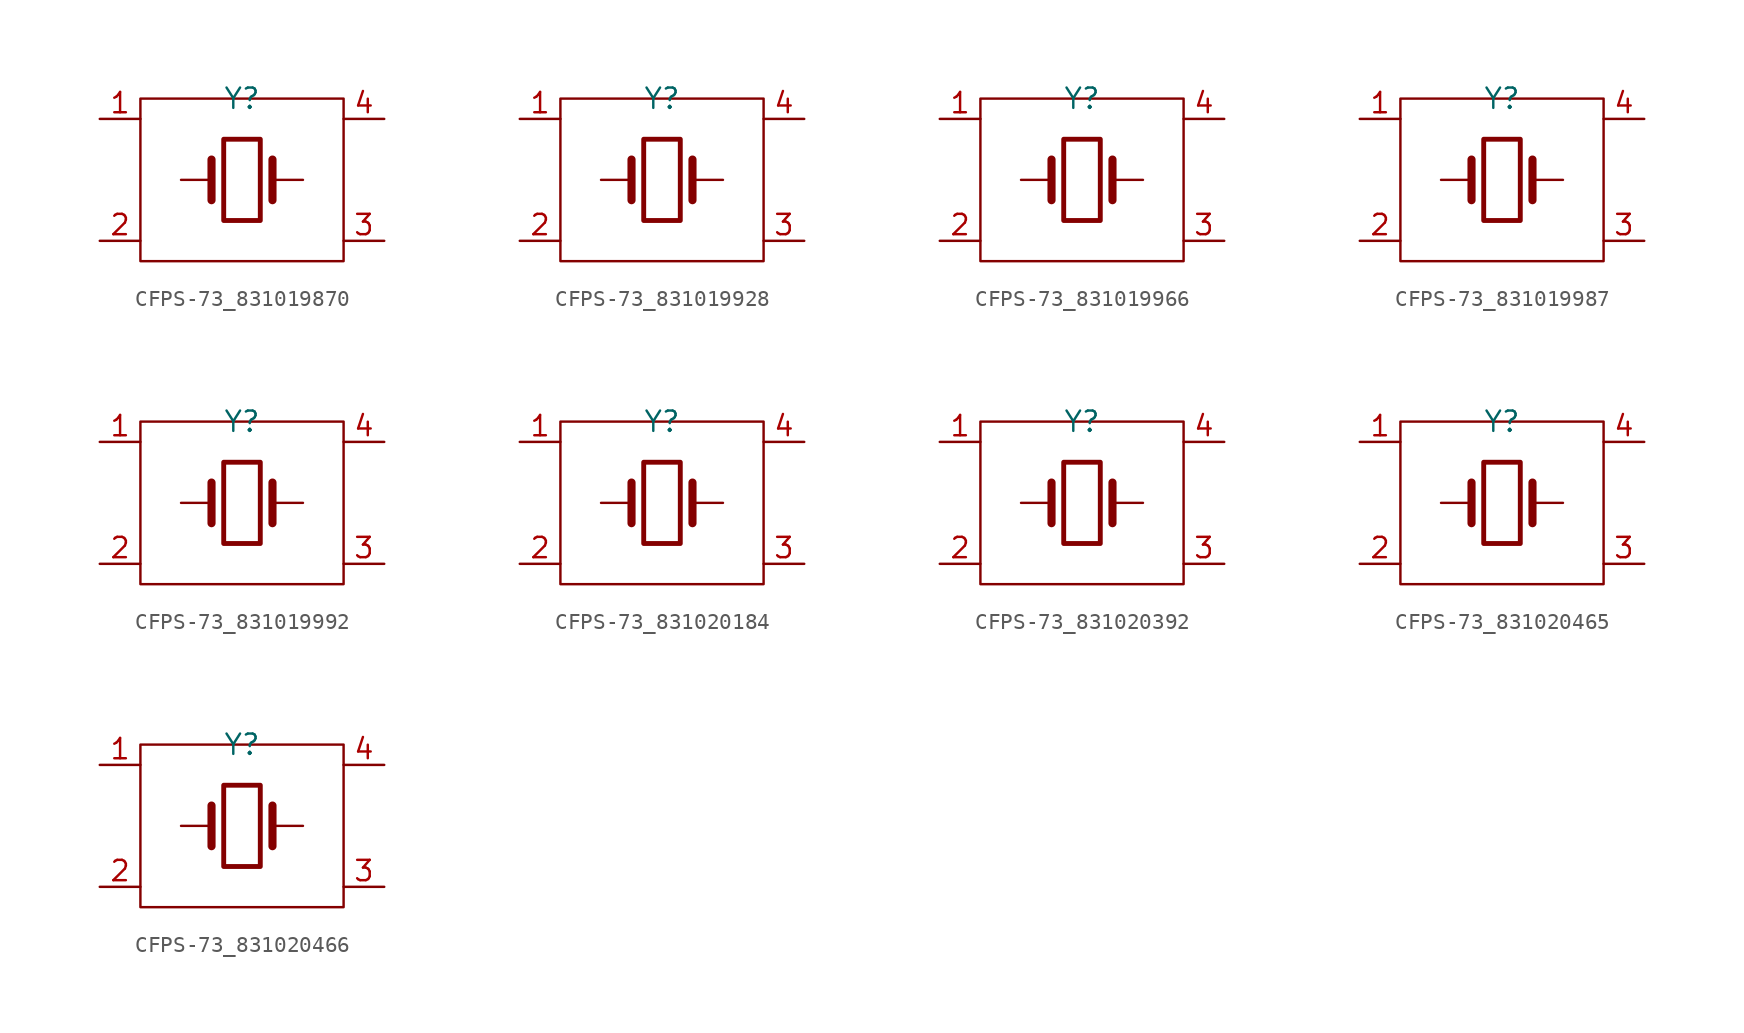
<source format=kicad_sym>
(kicad_symbol_lib
  (version 20220914)
  (generator kicad_symbol_editor)
  (symbol "CFPS-73_831019870"
    (pin_names hide)
    (property "Reference" "Y"
      (at 0 5.08 0)
      (effects (font (size 1.27 1.27))))
    (property "Critical Parameter" ""
      (at 0 -5.08 0)
      (effects (font (size 1.27 1.27)) (justify left)))
    (symbol "CFPS-73_831019870_0_1"
      (rectangle (start -6.35 5.08) (end 6.35 -5.08) (stroke (width 0) (type default)) (fill (type none)))
      (rectangle (start -1.143 2.54) (end 1.143 -2.54) (stroke (width 0.305) (type default)) (fill (type none)))
      (polyline (pts (xy -3.81 0) (xy -1.905 0)) (stroke (width 0) (type default)) (fill (type none)))
      (polyline (pts (xy -1.905 -1.27) (xy -1.905 1.27)) (stroke (width 0.508) (type default)) (fill (type none)))
      (polyline (pts (xy 1.905 -1.27) (xy 1.905 1.27)) (stroke (width 0.508) (type default)) (fill (type none)))
      (polyline (pts (xy 3.81 0) (xy 1.905 0)) (stroke (width 0) (type default)) (fill (type none))))
    (symbol "CFPS-73_831019870_1_1"
      (pin passive line (at -8.89 3.81 0) (length 2.54) (name "E/D" (effects (font (size 1.27 1.27)))) (number "1" (effects (font (size 1.27 1.27)))))
      (pin passive line (at -8.89 -3.81 0) (length 2.54) (name "GND" (effects (font (size 1.27 1.27)))) (number "2" (effects (font (size 1.27 1.27)))))
      (pin passive line (at 8.89 -3.81 180) (length 2.54) (name "OUT" (effects (font (size 1.27 1.27)))) (number "3" (effects (font (size 1.27 1.27)))))
      (pin passive line (at 8.89 3.81 180) (length 2.54) (name "+VS" (effects (font (size 1.27 1.27)))) (number "4" (effects (font (size 1.27 1.27)))))))
  (symbol "CFPS-73_831019928"
    (pin_names hide)
    (property "Reference" "Y"
      (at 0 5.08 0)
      (effects (font (size 1.27 1.27))))
    (property "Critical Parameter" ""
      (at 0 -5.08 0)
      (effects (font (size 1.27 1.27)) (justify left)))
    (symbol "CFPS-73_831019928_0_1"
      (rectangle (start -6.35 5.08) (end 6.35 -5.08) (stroke (width 0) (type default)) (fill (type none)))
      (rectangle (start -1.143 2.54) (end 1.143 -2.54) (stroke (width 0.305) (type default)) (fill (type none)))
      (polyline (pts (xy -3.81 0) (xy -1.905 0)) (stroke (width 0) (type default)) (fill (type none)))
      (polyline (pts (xy -1.905 -1.27) (xy -1.905 1.27)) (stroke (width 0.508) (type default)) (fill (type none)))
      (polyline (pts (xy 1.905 -1.27) (xy 1.905 1.27)) (stroke (width 0.508) (type default)) (fill (type none)))
      (polyline (pts (xy 3.81 0) (xy 1.905 0)) (stroke (width 0) (type default)) (fill (type none))))
    (symbol "CFPS-73_831019928_1_1"
      (pin passive line (at -8.89 3.81 0) (length 2.54) (name "E/D" (effects (font (size 1.27 1.27)))) (number "1" (effects (font (size 1.27 1.27)))))
      (pin passive line (at -8.89 -3.81 0) (length 2.54) (name "GND" (effects (font (size 1.27 1.27)))) (number "2" (effects (font (size 1.27 1.27)))))
      (pin passive line (at 8.89 -3.81 180) (length 2.54) (name "OUT" (effects (font (size 1.27 1.27)))) (number "3" (effects (font (size 1.27 1.27)))))
      (pin passive line (at 8.89 3.81 180) (length 2.54) (name "+VS" (effects (font (size 1.27 1.27)))) (number "4" (effects (font (size 1.27 1.27)))))))
  (symbol "CFPS-73_831019966"
    (pin_names hide)
    (property "Reference" "Y"
      (at 0 5.08 0)
      (effects (font (size 1.27 1.27))))
    (property "Critical Parameter" ""
      (at 0 -5.08 0)
      (effects (font (size 1.27 1.27)) (justify left)))
    (symbol "CFPS-73_831019966_0_1"
      (rectangle (start -6.35 5.08) (end 6.35 -5.08) (stroke (width 0) (type default)) (fill (type none)))
      (rectangle (start -1.143 2.54) (end 1.143 -2.54) (stroke (width 0.305) (type default)) (fill (type none)))
      (polyline (pts (xy -3.81 0) (xy -1.905 0)) (stroke (width 0) (type default)) (fill (type none)))
      (polyline (pts (xy -1.905 -1.27) (xy -1.905 1.27)) (stroke (width 0.508) (type default)) (fill (type none)))
      (polyline (pts (xy 1.905 -1.27) (xy 1.905 1.27)) (stroke (width 0.508) (type default)) (fill (type none)))
      (polyline (pts (xy 3.81 0) (xy 1.905 0)) (stroke (width 0) (type default)) (fill (type none))))
    (symbol "CFPS-73_831019966_1_1"
      (pin passive line (at -8.89 3.81 0) (length 2.54) (name "E/D" (effects (font (size 1.27 1.27)))) (number "1" (effects (font (size 1.27 1.27)))))
      (pin passive line (at -8.89 -3.81 0) (length 2.54) (name "GND" (effects (font (size 1.27 1.27)))) (number "2" (effects (font (size 1.27 1.27)))))
      (pin passive line (at 8.89 -3.81 180) (length 2.54) (name "OUT" (effects (font (size 1.27 1.27)))) (number "3" (effects (font (size 1.27 1.27)))))
      (pin passive line (at 8.89 3.81 180) (length 2.54) (name "+VS" (effects (font (size 1.27 1.27)))) (number "4" (effects (font (size 1.27 1.27)))))))
  (symbol "CFPS-73_831019987"
    (pin_names hide)
    (property "Reference" "Y"
      (at 0 5.08 0)
      (effects (font (size 1.27 1.27))))
    (property "Critical Parameter" ""
      (at 0 -5.08 0)
      (effects (font (size 1.27 1.27)) (justify left)))
    (symbol "CFPS-73_831019987_0_1"
      (rectangle (start -6.35 5.08) (end 6.35 -5.08) (stroke (width 0) (type default)) (fill (type none)))
      (rectangle (start -1.143 2.54) (end 1.143 -2.54) (stroke (width 0.305) (type default)) (fill (type none)))
      (polyline (pts (xy -3.81 0) (xy -1.905 0)) (stroke (width 0) (type default)) (fill (type none)))
      (polyline (pts (xy -1.905 -1.27) (xy -1.905 1.27)) (stroke (width 0.508) (type default)) (fill (type none)))
      (polyline (pts (xy 1.905 -1.27) (xy 1.905 1.27)) (stroke (width 0.508) (type default)) (fill (type none)))
      (polyline (pts (xy 3.81 0) (xy 1.905 0)) (stroke (width 0) (type default)) (fill (type none))))
    (symbol "CFPS-73_831019987_1_1"
      (pin passive line (at -8.89 3.81 0) (length 2.54) (name "E/D" (effects (font (size 1.27 1.27)))) (number "1" (effects (font (size 1.27 1.27)))))
      (pin passive line (at -8.89 -3.81 0) (length 2.54) (name "GND" (effects (font (size 1.27 1.27)))) (number "2" (effects (font (size 1.27 1.27)))))
      (pin passive line (at 8.89 -3.81 180) (length 2.54) (name "OUT" (effects (font (size 1.27 1.27)))) (number "3" (effects (font (size 1.27 1.27)))))
      (pin passive line (at 8.89 3.81 180) (length 2.54) (name "+VS" (effects (font (size 1.27 1.27)))) (number "4" (effects (font (size 1.27 1.27)))))))
  (symbol "CFPS-73_831019992"
    (pin_names hide)
    (property "Reference" "Y"
      (at 0 5.08 0)
      (effects (font (size 1.27 1.27))))
    (property "Critical Parameter" ""
      (at 0 -5.08 0)
      (effects (font (size 1.27 1.27)) (justify left)))
    (symbol "CFPS-73_831019992_0_1"
      (rectangle (start -6.35 5.08) (end 6.35 -5.08) (stroke (width 0) (type default)) (fill (type none)))
      (rectangle (start -1.143 2.54) (end 1.143 -2.54) (stroke (width 0.305) (type default)) (fill (type none)))
      (polyline (pts (xy -3.81 0) (xy -1.905 0)) (stroke (width 0) (type default)) (fill (type none)))
      (polyline (pts (xy -1.905 -1.27) (xy -1.905 1.27)) (stroke (width 0.508) (type default)) (fill (type none)))
      (polyline (pts (xy 1.905 -1.27) (xy 1.905 1.27)) (stroke (width 0.508) (type default)) (fill (type none)))
      (polyline (pts (xy 3.81 0) (xy 1.905 0)) (stroke (width 0) (type default)) (fill (type none))))
    (symbol "CFPS-73_831019992_1_1"
      (pin passive line (at -8.89 3.81 0) (length 2.54) (name "E/D" (effects (font (size 1.27 1.27)))) (number "1" (effects (font (size 1.27 1.27)))))
      (pin passive line (at -8.89 -3.81 0) (length 2.54) (name "GND" (effects (font (size 1.27 1.27)))) (number "2" (effects (font (size 1.27 1.27)))))
      (pin passive line (at 8.89 -3.81 180) (length 2.54) (name "OUT" (effects (font (size 1.27 1.27)))) (number "3" (effects (font (size 1.27 1.27)))))
      (pin passive line (at 8.89 3.81 180) (length 2.54) (name "+VS" (effects (font (size 1.27 1.27)))) (number "4" (effects (font (size 1.27 1.27)))))))
  (symbol "CFPS-73_831020184"
    (pin_names hide)
    (property "Reference" "Y"
      (at 0 5.08 0)
      (effects (font (size 1.27 1.27))))
    (property "Critical Parameter" ""
      (at 0 -5.08 0)
      (effects (font (size 1.27 1.27)) (justify left)))
    (symbol "CFPS-73_831020184_0_1"
      (rectangle (start -6.35 5.08) (end 6.35 -5.08) (stroke (width 0) (type default)) (fill (type none)))
      (rectangle (start -1.143 2.54) (end 1.143 -2.54) (stroke (width 0.305) (type default)) (fill (type none)))
      (polyline (pts (xy -3.81 0) (xy -1.905 0)) (stroke (width 0) (type default)) (fill (type none)))
      (polyline (pts (xy -1.905 -1.27) (xy -1.905 1.27)) (stroke (width 0.508) (type default)) (fill (type none)))
      (polyline (pts (xy 1.905 -1.27) (xy 1.905 1.27)) (stroke (width 0.508) (type default)) (fill (type none)))
      (polyline (pts (xy 3.81 0) (xy 1.905 0)) (stroke (width 0) (type default)) (fill (type none))))
    (symbol "CFPS-73_831020184_1_1"
      (pin passive line (at -8.89 3.81 0) (length 2.54) (name "E/D" (effects (font (size 1.27 1.27)))) (number "1" (effects (font (size 1.27 1.27)))))
      (pin passive line (at -8.89 -3.81 0) (length 2.54) (name "GND" (effects (font (size 1.27 1.27)))) (number "2" (effects (font (size 1.27 1.27)))))
      (pin passive line (at 8.89 -3.81 180) (length 2.54) (name "OUT" (effects (font (size 1.27 1.27)))) (number "3" (effects (font (size 1.27 1.27)))))
      (pin passive line (at 8.89 3.81 180) (length 2.54) (name "+VS" (effects (font (size 1.27 1.27)))) (number "4" (effects (font (size 1.27 1.27)))))))
  (symbol "CFPS-73_831020392"
    (pin_names hide)
    (property "Reference" "Y"
      (at 0 5.08 0)
      (effects (font (size 1.27 1.27))))
    (property "Critical Parameter" ""
      (at 0 -5.08 0)
      (effects (font (size 1.27 1.27)) (justify left)))
    (symbol "CFPS-73_831020392_0_1"
      (rectangle (start -6.35 5.08) (end 6.35 -5.08) (stroke (width 0) (type default)) (fill (type none)))
      (rectangle (start -1.143 2.54) (end 1.143 -2.54) (stroke (width 0.305) (type default)) (fill (type none)))
      (polyline (pts (xy -3.81 0) (xy -1.905 0)) (stroke (width 0) (type default)) (fill (type none)))
      (polyline (pts (xy -1.905 -1.27) (xy -1.905 1.27)) (stroke (width 0.508) (type default)) (fill (type none)))
      (polyline (pts (xy 1.905 -1.27) (xy 1.905 1.27)) (stroke (width 0.508) (type default)) (fill (type none)))
      (polyline (pts (xy 3.81 0) (xy 1.905 0)) (stroke (width 0) (type default)) (fill (type none))))
    (symbol "CFPS-73_831020392_1_1"
      (pin passive line (at -8.89 3.81 0) (length 2.54) (name "E/D" (effects (font (size 1.27 1.27)))) (number "1" (effects (font (size 1.27 1.27)))))
      (pin passive line (at -8.89 -3.81 0) (length 2.54) (name "GND" (effects (font (size 1.27 1.27)))) (number "2" (effects (font (size 1.27 1.27)))))
      (pin passive line (at 8.89 -3.81 180) (length 2.54) (name "OUT" (effects (font (size 1.27 1.27)))) (number "3" (effects (font (size 1.27 1.27)))))
      (pin passive line (at 8.89 3.81 180) (length 2.54) (name "+VS" (effects (font (size 1.27 1.27)))) (number "4" (effects (font (size 1.27 1.27)))))))
  (symbol "CFPS-73_831020465"
    (pin_names hide)
    (property "Reference" "Y"
      (at 0 5.08 0)
      (effects (font (size 1.27 1.27))))
    (property "Critical Parameter" ""
      (at 0 -5.08 0)
      (effects (font (size 1.27 1.27)) (justify left)))
    (symbol "CFPS-73_831020465_0_1"
      (rectangle (start -6.35 5.08) (end 6.35 -5.08) (stroke (width 0) (type default)) (fill (type none)))
      (rectangle (start -1.143 2.54) (end 1.143 -2.54) (stroke (width 0.305) (type default)) (fill (type none)))
      (polyline (pts (xy -3.81 0) (xy -1.905 0)) (stroke (width 0) (type default)) (fill (type none)))
      (polyline (pts (xy -1.905 -1.27) (xy -1.905 1.27)) (stroke (width 0.508) (type default)) (fill (type none)))
      (polyline (pts (xy 1.905 -1.27) (xy 1.905 1.27)) (stroke (width 0.508) (type default)) (fill (type none)))
      (polyline (pts (xy 3.81 0) (xy 1.905 0)) (stroke (width 0) (type default)) (fill (type none))))
    (symbol "CFPS-73_831020465_1_1"
      (pin passive line (at -8.89 3.81 0) (length 2.54) (name "E/D" (effects (font (size 1.27 1.27)))) (number "1" (effects (font (size 1.27 1.27)))))
      (pin passive line (at -8.89 -3.81 0) (length 2.54) (name "GND" (effects (font (size 1.27 1.27)))) (number "2" (effects (font (size 1.27 1.27)))))
      (pin passive line (at 8.89 -3.81 180) (length 2.54) (name "OUT" (effects (font (size 1.27 1.27)))) (number "3" (effects (font (size 1.27 1.27)))))
      (pin passive line (at 8.89 3.81 180) (length 2.54) (name "+VS" (effects (font (size 1.27 1.27)))) (number "4" (effects (font (size 1.27 1.27)))))))
  (symbol "CFPS-73_831020466"
    (pin_names hide)
    (property "Reference" "Y"
      (at 0 5.08 0)
      (effects (font (size 1.27 1.27))))
    (property "Critical Parameter" ""
      (at 0 -5.08 0)
      (effects (font (size 1.27 1.27)) (justify left)))
    (symbol "CFPS-73_831020466_0_1"
      (rectangle (start -6.35 5.08) (end 6.35 -5.08) (stroke (width 0) (type default)) (fill (type none)))
      (rectangle (start -1.143 2.54) (end 1.143 -2.54) (stroke (width 0.305) (type default)) (fill (type none)))
      (polyline (pts (xy -3.81 0) (xy -1.905 0)) (stroke (width 0) (type default)) (fill (type none)))
      (polyline (pts (xy -1.905 -1.27) (xy -1.905 1.27)) (stroke (width 0.508) (type default)) (fill (type none)))
      (polyline (pts (xy 1.905 -1.27) (xy 1.905 1.27)) (stroke (width 0.508) (type default)) (fill (type none)))
      (polyline (pts (xy 3.81 0) (xy 1.905 0)) (stroke (width 0) (type default)) (fill (type none))))
    (symbol "CFPS-73_831020466_1_1"
      (pin passive line (at -8.89 3.81 0) (length 2.54) (name "E/D" (effects (font (size 1.27 1.27)))) (number "1" (effects (font (size 1.27 1.27)))))
      (pin passive line (at -8.89 -3.81 0) (length 2.54) (name "GND" (effects (font (size 1.27 1.27)))) (number "2" (effects (font (size 1.27 1.27)))))
      (pin passive line (at 8.89 -3.81 180) (length 2.54) (name "OUT" (effects (font (size 1.27 1.27)))) (number "3" (effects (font (size 1.27 1.27)))))
      (pin passive line (at 8.89 3.81 180) (length 2.54) (name "+VS" (effects (font (size 1.27 1.27)))) (number "4" (effects (font (size 1.27 1.27))))))))
</source>
